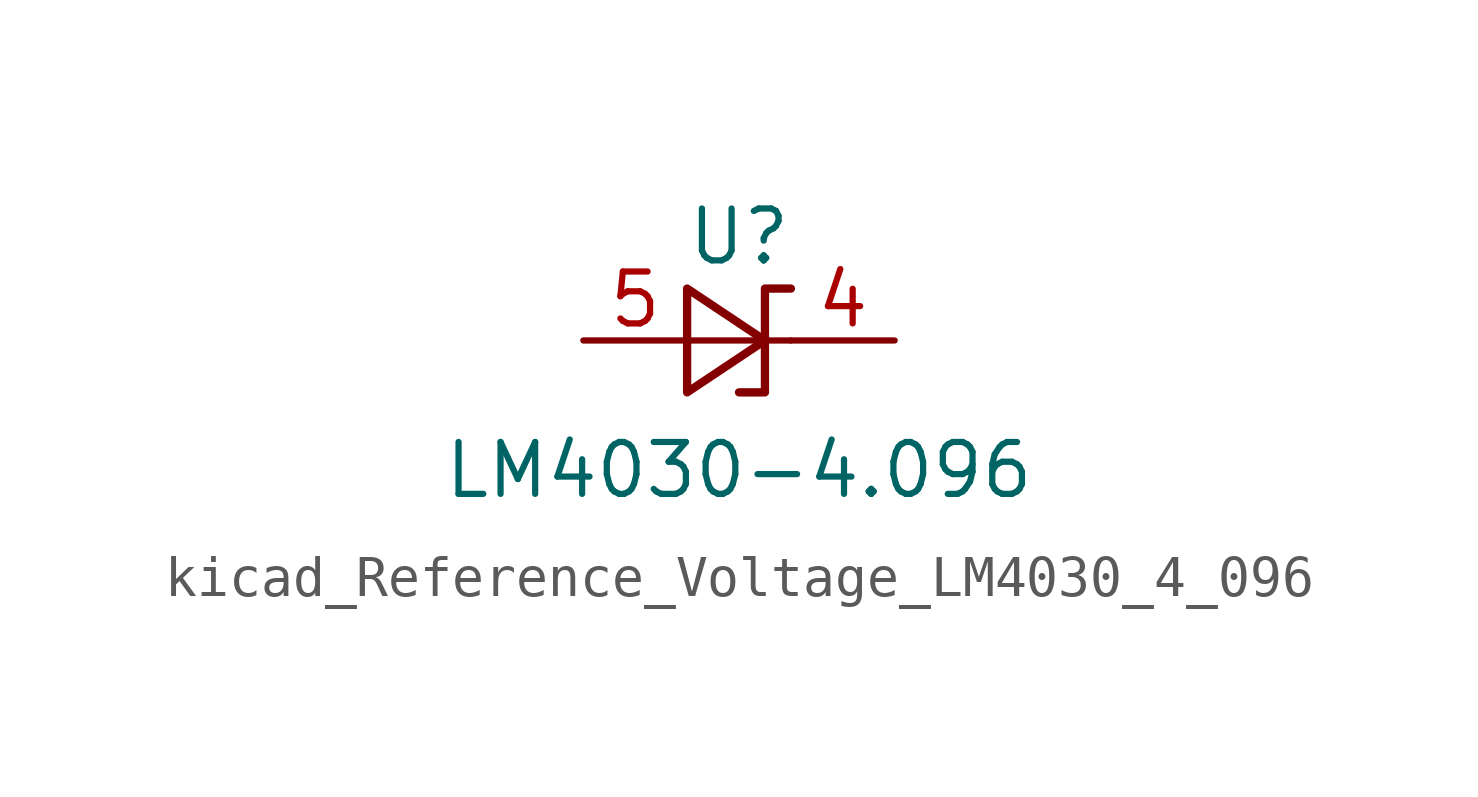
<source format=kicad_sym>
(kicad_symbol_lib
  (version 20220914)
  (generator kicad_symbol_editor)
  (symbol "kicad_Reference_Voltage_LM4030_4_096"
    (pin_names
      (offset 0.025) hide)
    (property "Reference" "U"
      (at 0 2.54 0)
      (effects (font (size 1.27 1.27))))
    (property "Value" "LM4030-4.096"
      (at 0 -3.175 0)
      (effects (font (size 1.27 1.27))))
    (symbol "kicad_Reference_Voltage_LM4030_4_096_0_1"
      (polyline (pts (xy -1.27 0) (xy 0 0) (xy 1.27 0)) (stroke (width 0) (type default)) (fill (type none)))
      (polyline (pts (xy -1.27 -1.27) (xy 0.635 0) (xy -1.27 1.27) (xy -1.27 -1.27)) (stroke (width 0.203) (type default)) (fill (type none)))
      (polyline (pts (xy 0 -1.27) (xy 0.635 -1.27) (xy 0.635 1.27) (xy 1.27 1.27)) (stroke (width 0.203) (type default)) (fill (type none))))
    (symbol "kicad_Reference_Voltage_LM4030_4_096_1_1"
      (pin passive line (at 3.81 0 180) (length 2.54) (name "K" (effects (font (size 1.27 1.27)))) (number "4" (effects (font (size 1.27 1.27)))))
      (pin passive line (at -3.81 0 0) (length 2.54) (name "A" (effects (font (size 1.27 1.27)))) (number "5" (effects (font (size 1.27 1.27))))))))
</source>
